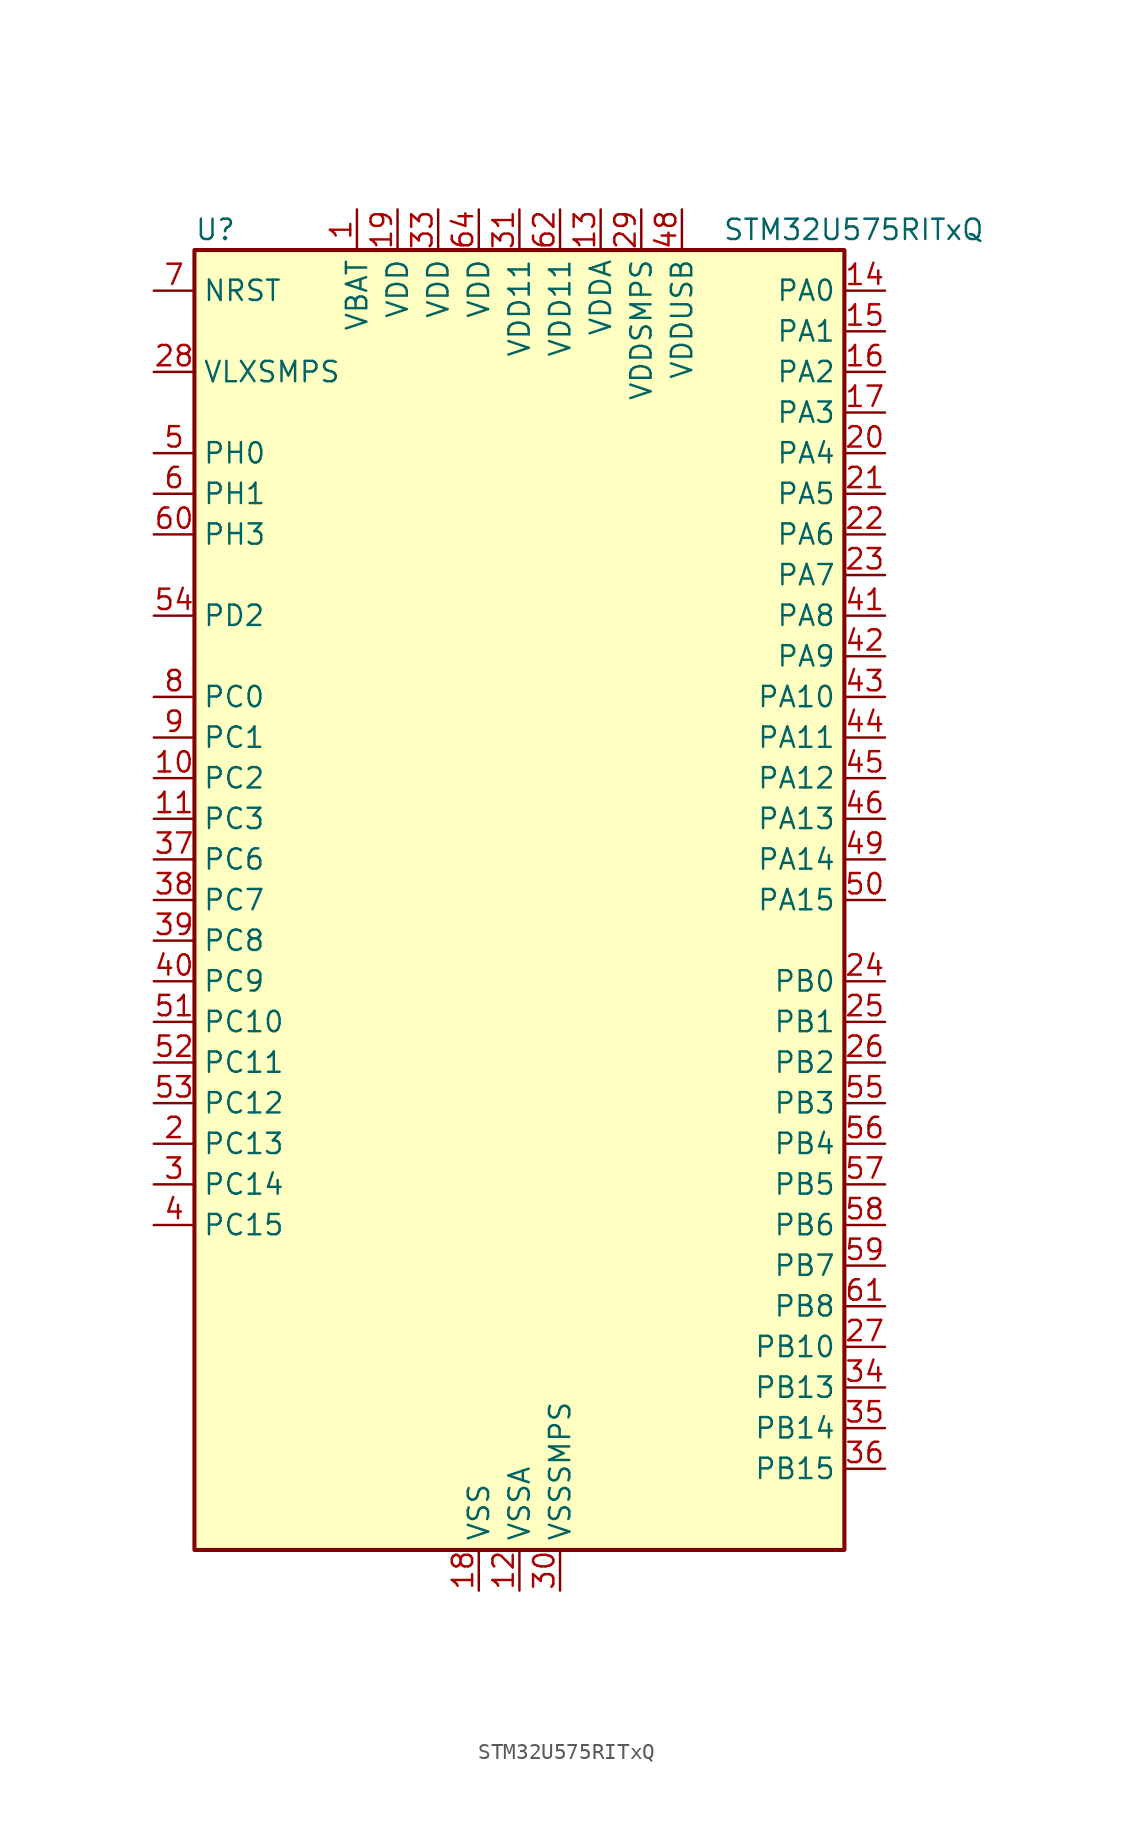
<source format=kicad_sym>
(kicad_symbol_lib
  (version 20220914)
  (generator kicad_symbol_editor)
  (symbol "STM32U575RITxQ"
    (property "Reference" "U"
      (at -20.32 41.91 0)
      (effects (font (size 1.27 1.27)) (justify left)))
    (property "Value" "STM32U575RITxQ"
      (at 12.7 41.91 0)
      (effects (font (size 1.27 1.27)) (justify left)))
    (property "ki_locked" ""
      (at 0 0 0)
      (effects (font (size 1.27 1.27))))
    (symbol "STM32U575RITxQ_0_1"
      (rectangle (start -20.32 -40.64) (end 20.32 40.64) (stroke (width 0.254) (type default)) (fill (type background))))
    (symbol "STM32U575RITxQ_1_1"
      (pin power_in line (at -10.16 43.18 270) (length 2.54) (name "VBAT" (effects (font (size 1.27 1.27)))) (number "1" (effects (font (size 1.27 1.27)))))
      (pin bidirectional line (at -22.86 7.62 0) (length 2.54) (name "PC2" (effects (font (size 1.27 1.27)))) (number "10" (effects (font (size 1.27 1.27)))) (alternate "ADC1_IN3" bidirectional line) (alternate "ADC4_IN3" bidirectional line) (alternate "LPTIM1_IN2" bidirectional line) (alternate "MDF1_CCK1" bidirectional line) (alternate "OCTOSPIM_P1_IO5" bidirectional line) (alternate "SPI2_MISO" bidirectional line))
      (pin bidirectional line (at -22.86 5.08 0) (length 2.54) (name "PC3" (effects (font (size 1.27 1.27)))) (number "11" (effects (font (size 1.27 1.27)))) (alternate "ADC1_IN4" bidirectional line) (alternate "ADC4_IN4" bidirectional line) (alternate "LPTIM1_ETR" bidirectional line) (alternate "LPTIM2_ETR" bidirectional line) (alternate "LPTIM3_CH1" bidirectional line) (alternate "OCTOSPIM_P1_IO6" bidirectional line) (alternate "SAI1_D1" bidirectional line) (alternate "SAI1_SD_A" bidirectional line) (alternate "SPI2_MOSI" bidirectional line))
      (pin power_in line (at 0 -43.18 90) (length 2.54) (name "VSSA" (effects (font (size 1.27 1.27)))) (number "12" (effects (font (size 1.27 1.27)))))
      (pin power_in line (at 5.08 43.18 270) (length 2.54) (name "VDDA" (effects (font (size 1.27 1.27)))) (number "13" (effects (font (size 1.27 1.27)))))
      (pin bidirectional line (at 22.86 38.1 180) (length 2.54) (name "PA0" (effects (font (size 1.27 1.27)))) (number "14" (effects (font (size 1.27 1.27)))) (alternate "ADC1_IN5" bidirectional line) (alternate "AUDIOCLK" bidirectional line) (alternate "OCTOSPIM_P2_NCS" bidirectional line) (alternate "OPAMP1_VINP" bidirectional line) (alternate "PWR_WKUP1" bidirectional line) (alternate "SDMMC2_CMD" bidirectional line) (alternate "SPI3_RDY" bidirectional line) (alternate "TAMP_IN2" bidirectional line) (alternate "TAMP_OUT1" bidirectional line) (alternate "TIM2_CH1" bidirectional line) (alternate "TIM2_ETR" bidirectional line) (alternate "TIM5_CH1" bidirectional line) (alternate "TIM8_ETR" bidirectional line) (alternate "UART4_TX" bidirectional line) (alternate "USART2_CTS" bidirectional line))
      (pin bidirectional line (at 22.86 35.56 180) (length 2.54) (name "PA1" (effects (font (size 1.27 1.27)))) (number "15" (effects (font (size 1.27 1.27)))) (alternate "ADC1_IN6" bidirectional line) (alternate "I2C1_SMBA" bidirectional line) (alternate "LPTIM1_CH2" bidirectional line) (alternate "OCTOSPIM_P1_DQS" bidirectional line) (alternate "OPAMP1_VINM" bidirectional line) (alternate "PWR_WKUP3" bidirectional line) (alternate "SPI1_SCK" bidirectional line) (alternate "TAMP_IN5" bidirectional line) (alternate "TAMP_OUT4" bidirectional line) (alternate "TIM15_CH1N" bidirectional line) (alternate "TIM2_CH2" bidirectional line) (alternate "TIM5_CH2" bidirectional line) (alternate "UART4_RX" bidirectional line) (alternate "USART2_DE" bidirectional line) (alternate "USART2_RTS" bidirectional line))
      (pin bidirectional line (at 22.86 33.02 180) (length 2.54) (name "PA2" (effects (font (size 1.27 1.27)))) (number "16" (effects (font (size 1.27 1.27)))) (alternate "ADC1_IN7" bidirectional line) (alternate "COMP1_INP" bidirectional line) (alternate "LPUART1_TX" bidirectional line) (alternate "OCTOSPIM_P1_NCS" bidirectional line) (alternate "PWR_WKUP4" bidirectional line) (alternate "RCC_LSCO" bidirectional line) (alternate "SPI1_RDY" bidirectional line) (alternate "TIM15_CH1" bidirectional line) (alternate "TIM2_CH3" bidirectional line) (alternate "TIM5_CH3" bidirectional line) (alternate "UCPD1_FRSTX1" bidirectional line) (alternate "USART2_TX" bidirectional line))
      (pin bidirectional line (at 22.86 30.48 180) (length 2.54) (name "PA3" (effects (font (size 1.27 1.27)))) (number "17" (effects (font (size 1.27 1.27)))) (alternate "ADC1_IN8" bidirectional line) (alternate "LPUART1_RX" bidirectional line) (alternate "OCTOSPIM_P1_CLK" bidirectional line) (alternate "OPAMP1_VOUT" bidirectional line) (alternate "PWR_WKUP5" bidirectional line) (alternate "SAI1_CK1" bidirectional line) (alternate "SAI1_MCLK_A" bidirectional line) (alternate "TIM15_CH2" bidirectional line) (alternate "TIM2_CH4" bidirectional line) (alternate "TIM5_CH4" bidirectional line) (alternate "USART2_RX" bidirectional line))
      (pin power_in line (at -2.54 -43.18 90) (length 2.54) (name "VSS" (effects (font (size 1.27 1.27)))) (number "18" (effects (font (size 1.27 1.27)))))
      (pin power_in line (at -7.62 43.18 270) (length 2.54) (name "VDD" (effects (font (size 1.27 1.27)))) (number "19" (effects (font (size 1.27 1.27)))))
      (pin bidirectional line (at -22.86 -15.24 0) (length 2.54) (name "PC13" (effects (font (size 1.27 1.27)))) (number "2" (effects (font (size 1.27 1.27)))) (alternate "PWR_WKUP2" bidirectional line) (alternate "RTC_OUT1" bidirectional line) (alternate "RTC_TS" bidirectional line) (alternate "TAMP_IN1" bidirectional line) (alternate "TAMP_OUT2" bidirectional line))
      (pin bidirectional line (at 22.86 27.94 180) (length 2.54) (name "PA4" (effects (font (size 1.27 1.27)))) (number "20" (effects (font (size 1.27 1.27)))) (alternate "ADC1_IN9" bidirectional line) (alternate "ADC4_IN9" bidirectional line) (alternate "DAC1_OUT1" bidirectional line) (alternate "LPTIM2_CH1" bidirectional line) (alternate "OCTOSPIM_P1_NCS" bidirectional line) (alternate "PWR_WKUP2" bidirectional line) (alternate "SAI1_FS_B" bidirectional line) (alternate "SPI1_NSS" bidirectional line) (alternate "SPI3_NSS" bidirectional line) (alternate "USART2_CK" bidirectional line))
      (pin bidirectional line (at 22.86 25.4 180) (length 2.54) (name "PA5" (effects (font (size 1.27 1.27)))) (number "21" (effects (font (size 1.27 1.27)))) (alternate "ADC1_IN10" bidirectional line) (alternate "ADC4_IN10" bidirectional line) (alternate "DAC1_OUT2" bidirectional line) (alternate "LPTIM2_ETR" bidirectional line) (alternate "PWR_CSLEEP" bidirectional line) (alternate "PWR_WKUP6" bidirectional line) (alternate "SPI1_SCK" bidirectional line) (alternate "TIM2_CH1" bidirectional line) (alternate "TIM2_ETR" bidirectional line) (alternate "TIM8_CH1N" bidirectional line) (alternate "USART3_RX" bidirectional line))
      (pin bidirectional line (at 22.86 22.86 180) (length 2.54) (name "PA6" (effects (font (size 1.27 1.27)))) (number "22" (effects (font (size 1.27 1.27)))) (alternate "ADC1_IN11" bidirectional line) (alternate "ADC4_IN11" bidirectional line) (alternate "LPUART1_CTS" bidirectional line) (alternate "OCTOSPIM_P1_IO3" bidirectional line) (alternate "OPAMP2_VINP" bidirectional line) (alternate "PWR_CDSTOP" bidirectional line) (alternate "PWR_WKUP7" bidirectional line) (alternate "SPI1_MISO" bidirectional line) (alternate "TIM16_CH1" bidirectional line) (alternate "TIM1_BKIN" bidirectional line) (alternate "TIM3_CH1" bidirectional line) (alternate "TIM8_BKIN" bidirectional line) (alternate "USART3_CTS" bidirectional line))
      (pin bidirectional line (at 22.86 20.32 180) (length 2.54) (name "PA7" (effects (font (size 1.27 1.27)))) (number "23" (effects (font (size 1.27 1.27)))) (alternate "ADC1_IN12" bidirectional line) (alternate "ADC4_IN20" bidirectional line) (alternate "I2C3_SCL" bidirectional line) (alternate "LPTIM2_CH2" bidirectional line) (alternate "OCTOSPIM_P1_IO2" bidirectional line) (alternate "OPAMP2_VINM" bidirectional line) (alternate "PWR_SRDSTOP" bidirectional line) (alternate "PWR_WKUP8" bidirectional line) (alternate "SPI1_MOSI" bidirectional line) (alternate "TIM17_CH1" bidirectional line) (alternate "TIM1_CH1N" bidirectional line) (alternate "TIM3_CH2" bidirectional line) (alternate "TIM8_CH1N" bidirectional line) (alternate "USART3_TX" bidirectional line))
      (pin bidirectional line (at 22.86 -5.08 180) (length 2.54) (name "PB0" (effects (font (size 1.27 1.27)))) (number "24" (effects (font (size 1.27 1.27)))) (alternate "ADC1_IN15" bidirectional line) (alternate "ADC4_IN18" bidirectional line) (alternate "AUDIOCLK" bidirectional line) (alternate "COMP1_OUT" bidirectional line) (alternate "LPTIM3_CH1" bidirectional line) (alternate "OCTOSPIM_P1_IO1" bidirectional line) (alternate "OPAMP2_VOUT" bidirectional line) (alternate "SPI1_NSS" bidirectional line) (alternate "TIM1_CH2N" bidirectional line) (alternate "TIM3_CH3" bidirectional line) (alternate "TIM8_CH2N" bidirectional line) (alternate "USART3_CK" bidirectional line))
      (pin bidirectional line (at 22.86 -7.62 180) (length 2.54) (name "PB1" (effects (font (size 1.27 1.27)))) (number "25" (effects (font (size 1.27 1.27)))) (alternate "ADC1_IN16" bidirectional line) (alternate "ADC4_IN19" bidirectional line) (alternate "COMP1_INM" bidirectional line) (alternate "LPTIM2_IN1" bidirectional line) (alternate "LPTIM3_CH2" bidirectional line) (alternate "LPUART1_DE" bidirectional line) (alternate "LPUART1_RTS" bidirectional line) (alternate "MDF1_SDI0" bidirectional line) (alternate "OCTOSPIM_P1_IO0" bidirectional line) (alternate "PWR_WKUP4" bidirectional line) (alternate "TIM1_CH3N" bidirectional line) (alternate "TIM3_CH4" bidirectional line) (alternate "TIM8_CH3N" bidirectional line) (alternate "USART3_DE" bidirectional line) (alternate "USART3_RTS" bidirectional line))
      (pin bidirectional line (at 22.86 -10.16 180) (length 2.54) (name "PB2" (effects (font (size 1.27 1.27)))) (number "26" (effects (font (size 1.27 1.27)))) (alternate "ADC1_IN17" bidirectional line) (alternate "COMP1_INP" bidirectional line) (alternate "I2C3_SMBA" bidirectional line) (alternate "LPTIM1_CH1" bidirectional line) (alternate "MDF1_CKI0" bidirectional line) (alternate "OCTOSPIM_P1_DQS" bidirectional line) (alternate "PWR_WKUP1" bidirectional line) (alternate "RTC_OUT2" bidirectional line) (alternate "SPI1_RDY" bidirectional line) (alternate "TIM8_CH4N" bidirectional line) (alternate "UCPD1_FRSTX1" bidirectional line))
      (pin bidirectional line (at 22.86 -27.94 180) (length 2.54) (name "PB10" (effects (font (size 1.27 1.27)))) (number "27" (effects (font (size 1.27 1.27)))) (alternate "COMP1_OUT" bidirectional line) (alternate "I2C2_SCL" bidirectional line) (alternate "I2C4_SCL" bidirectional line) (alternate "LPTIM3_CH1" bidirectional line) (alternate "LPUART1_RX" bidirectional line) (alternate "OCTOSPIM_P1_CLK" bidirectional line) (alternate "PWR_WKUP8" bidirectional line) (alternate "SAI1_SCK_A" bidirectional line) (alternate "SPI2_SCK" bidirectional line) (alternate "TIM2_CH3" bidirectional line) (alternate "TSC_SYNC" bidirectional line) (alternate "USART3_TX" bidirectional line))
      (pin power_in line (at -22.86 33.02 0) (length 2.54) (name "VLXSMPS" (effects (font (size 1.27 1.27)))) (number "28" (effects (font (size 1.27 1.27)))))
      (pin power_in line (at 7.62 43.18 270) (length 2.54) (name "VDDSMPS" (effects (font (size 1.27 1.27)))) (number "29" (effects (font (size 1.27 1.27)))))
      (pin bidirectional line (at -22.86 -17.78 0) (length 2.54) (name "PC14" (effects (font (size 1.27 1.27)))) (number "3" (effects (font (size 1.27 1.27)))) (alternate "RCC_OSC32_IN" bidirectional line))
      (pin power_in line (at 2.54 -43.18 90) (length 2.54) (name "VSSSMPS" (effects (font (size 1.27 1.27)))) (number "30" (effects (font (size 1.27 1.27)))))
      (pin power_in line (at 0 43.18 270) (length 2.54) (name "VDD11" (effects (font (size 1.27 1.27)))) (number "31" (effects (font (size 1.27 1.27)))))
      (pin passive line (at -2.54 -43.18 90) (length 2.54) hide (name "VSS" (effects (font (size 1.27 1.27)))) (number "32" (effects (font (size 1.27 1.27)))))
      (pin power_in line (at -5.08 43.18 270) (length 2.54) (name "VDD" (effects (font (size 1.27 1.27)))) (number "33" (effects (font (size 1.27 1.27)))))
      (pin bidirectional line (at 22.86 -30.48 180) (length 2.54) (name "PB13" (effects (font (size 1.27 1.27)))) (number "34" (effects (font (size 1.27 1.27)))) (alternate "I2C2_SCL" bidirectional line) (alternate "LPTIM3_IN1" bidirectional line) (alternate "LPUART1_CTS" bidirectional line) (alternate "MDF1_CKI1" bidirectional line) (alternate "SPI2_SCK" bidirectional line) (alternate "TIM15_CH1N" bidirectional line) (alternate "TIM1_CH1N" bidirectional line) (alternate "TSC_G1_IO2" bidirectional line) (alternate "USART3_CTS" bidirectional line))
      (pin bidirectional line (at 22.86 -33.02 180) (length 2.54) (name "PB14" (effects (font (size 1.27 1.27)))) (number "35" (effects (font (size 1.27 1.27)))) (alternate "I2C2_SDA" bidirectional line) (alternate "LPTIM3_ETR" bidirectional line) (alternate "MDF1_SDI2" bidirectional line) (alternate "SDMMC2_D0" bidirectional line) (alternate "SPI2_MISO" bidirectional line) (alternate "TIM15_CH1" bidirectional line) (alternate "TIM1_CH2N" bidirectional line) (alternate "TIM8_CH2N" bidirectional line) (alternate "TSC_G1_IO3" bidirectional line) (alternate "UCPD1_DBCC2" bidirectional line) (alternate "USART3_DE" bidirectional line) (alternate "USART3_RTS" bidirectional line))
      (pin bidirectional line (at 22.86 -35.56 180) (length 2.54) (name "PB15" (effects (font (size 1.27 1.27)))) (number "36" (effects (font (size 1.27 1.27)))) (alternate "ADC1_EXTI15" bidirectional line) (alternate "ADC4_EXTI15" bidirectional line) (alternate "LPTIM2_IN2" bidirectional line) (alternate "MDF1_CKI2" bidirectional line) (alternate "PWR_WKUP7" bidirectional line) (alternate "RTC_REFIN" bidirectional line) (alternate "SDMMC2_D1" bidirectional line) (alternate "SPI2_MOSI" bidirectional line) (alternate "TIM15_CH2" bidirectional line) (alternate "TIM1_CH3N" bidirectional line) (alternate "TIM8_CH3N" bidirectional line) (alternate "UCPD1_CC2" bidirectional line))
      (pin bidirectional line (at -22.86 2.54 0) (length 2.54) (name "PC6" (effects (font (size 1.27 1.27)))) (number "37" (effects (font (size 1.27 1.27)))) (alternate "MDF1_CKI3" bidirectional line) (alternate "PWR_CSLEEP" bidirectional line) (alternate "SDMMC1_D0DIR" bidirectional line) (alternate "SDMMC1_D6" bidirectional line) (alternate "SDMMC2_D6" bidirectional line) (alternate "TIM3_CH1" bidirectional line) (alternate "TIM8_CH1" bidirectional line) (alternate "TSC_G4_IO1" bidirectional line))
      (pin bidirectional line (at -22.86 0 0) (length 2.54) (name "PC7" (effects (font (size 1.27 1.27)))) (number "38" (effects (font (size 1.27 1.27)))) (alternate "LPTIM2_CH2" bidirectional line) (alternate "MDF1_SDI3" bidirectional line) (alternate "PWR_CDSTOP" bidirectional line) (alternate "SDMMC1_D123DIR" bidirectional line) (alternate "SDMMC1_D7" bidirectional line) (alternate "SDMMC2_D7" bidirectional line) (alternate "TIM3_CH2" bidirectional line) (alternate "TIM8_CH2" bidirectional line) (alternate "TSC_G4_IO2" bidirectional line))
      (pin bidirectional line (at -22.86 -2.54 0) (length 2.54) (name "PC8" (effects (font (size 1.27 1.27)))) (number "39" (effects (font (size 1.27 1.27)))) (alternate "LPTIM3_CH1" bidirectional line) (alternate "PWR_SRDSTOP" bidirectional line) (alternate "SDMMC1_D0" bidirectional line) (alternate "TIM3_CH3" bidirectional line) (alternate "TIM8_CH3" bidirectional line) (alternate "TSC_G4_IO3" bidirectional line))
      (pin bidirectional line (at -22.86 -20.32 0) (length 2.54) (name "PC15" (effects (font (size 1.27 1.27)))) (number "4" (effects (font (size 1.27 1.27)))) (alternate "ADC1_EXTI15" bidirectional line) (alternate "ADC4_EXTI15" bidirectional line) (alternate "RCC_OSC32_OUT" bidirectional line))
      (pin bidirectional line (at -22.86 -5.08 0) (length 2.54) (name "PC9" (effects (font (size 1.27 1.27)))) (number "40" (effects (font (size 1.27 1.27)))) (alternate "DAC1_EXTI9" bidirectional line) (alternate "DEBUG_TRACED0" bidirectional line) (alternate "LPTIM3_CH2" bidirectional line) (alternate "SDMMC1_D1" bidirectional line) (alternate "TIM3_CH4" bidirectional line) (alternate "TIM8_BKIN2" bidirectional line) (alternate "TIM8_CH4" bidirectional line) (alternate "TSC_G4_IO4" bidirectional line) (alternate "USB_OTG_FS_NOE" bidirectional line))
      (pin bidirectional line (at 22.86 17.78 180) (length 2.54) (name "PA8" (effects (font (size 1.27 1.27)))) (number "41" (effects (font (size 1.27 1.27)))) (alternate "DEBUG_TRACECLK" bidirectional line) (alternate "LPTIM2_CH1" bidirectional line) (alternate "RCC_MCO" bidirectional line) (alternate "SAI1_CK2" bidirectional line) (alternate "SAI1_SCK_A" bidirectional line) (alternate "SPI1_RDY" bidirectional line) (alternate "TIM1_CH1" bidirectional line) (alternate "USART1_CK" bidirectional line) (alternate "USB_OTG_FS_SOF" bidirectional line))
      (pin bidirectional line (at 22.86 15.24 180) (length 2.54) (name "PA9" (effects (font (size 1.27 1.27)))) (number "42" (effects (font (size 1.27 1.27)))) (alternate "DAC1_EXTI9" bidirectional line) (alternate "SAI1_FS_A" bidirectional line) (alternate "SPI2_SCK" bidirectional line) (alternate "TIM15_BKIN" bidirectional line) (alternate "TIM1_CH2" bidirectional line) (alternate "USART1_TX" bidirectional line) (alternate "USB_OTG_FS_VBUS" bidirectional line))
      (pin bidirectional line (at 22.86 12.7 180) (length 2.54) (name "PA10" (effects (font (size 1.27 1.27)))) (number "43" (effects (font (size 1.27 1.27)))) (alternate "CRS_SYNC" bidirectional line) (alternate "LPTIM2_IN2" bidirectional line) (alternate "SAI1_D1" bidirectional line) (alternate "SAI1_SD_A" bidirectional line) (alternate "TIM17_BKIN" bidirectional line) (alternate "TIM1_CH3" bidirectional line) (alternate "USART1_RX" bidirectional line) (alternate "USB_OTG_FS_ID" bidirectional line))
      (pin bidirectional line (at 22.86 10.16 180) (length 2.54) (name "PA11" (effects (font (size 1.27 1.27)))) (number "44" (effects (font (size 1.27 1.27)))) (alternate "ADC1_EXTI11" bidirectional line) (alternate "FDCAN1_RX" bidirectional line) (alternate "SPI1_MISO" bidirectional line) (alternate "TIM1_BKIN2" bidirectional line) (alternate "TIM1_CH4" bidirectional line) (alternate "USART1_CTS" bidirectional line) (alternate "USB_OTG_FS_DM" bidirectional line))
      (pin bidirectional line (at 22.86 7.62 180) (length 2.54) (name "PA12" (effects (font (size 1.27 1.27)))) (number "45" (effects (font (size 1.27 1.27)))) (alternate "FDCAN1_TX" bidirectional line) (alternate "OCTOSPIM_P2_NCS" bidirectional line) (alternate "SPI1_MOSI" bidirectional line) (alternate "TIM1_ETR" bidirectional line) (alternate "USART1_DE" bidirectional line) (alternate "USART1_RTS" bidirectional line) (alternate "USB_OTG_FS_DP" bidirectional line))
      (pin bidirectional line (at 22.86 5.08 180) (length 2.54) (name "PA13" (effects (font (size 1.27 1.27)))) (number "46" (effects (font (size 1.27 1.27)))) (alternate "DEBUG_JTMS-SWDIO" bidirectional line) (alternate "IR_OUT" bidirectional line) (alternate "SAI1_SD_B" bidirectional line) (alternate "USB_OTG_FS_NOE" bidirectional line))
      (pin passive line (at -2.54 -43.18 90) (length 2.54) hide (name "VSS" (effects (font (size 1.27 1.27)))) (number "47" (effects (font (size 1.27 1.27)))))
      (pin power_in line (at 10.16 43.18 270) (length 2.54) (name "VDDUSB" (effects (font (size 1.27 1.27)))) (number "48" (effects (font (size 1.27 1.27)))))
      (pin bidirectional line (at 22.86 2.54 180) (length 2.54) (name "PA14" (effects (font (size 1.27 1.27)))) (number "49" (effects (font (size 1.27 1.27)))) (alternate "DEBUG_JTCK-SWCLK" bidirectional line) (alternate "I2C1_SMBA" bidirectional line) (alternate "I2C4_SMBA" bidirectional line) (alternate "LPTIM1_CH1" bidirectional line) (alternate "SAI1_FS_B" bidirectional line) (alternate "USB_OTG_FS_SOF" bidirectional line))
      (pin bidirectional line (at -22.86 27.94 0) (length 2.54) (name "PH0" (effects (font (size 1.27 1.27)))) (number "5" (effects (font (size 1.27 1.27)))) (alternate "RCC_OSC_IN" bidirectional line))
      (pin bidirectional line (at 22.86 0 180) (length 2.54) (name "PA15" (effects (font (size 1.27 1.27)))) (number "50" (effects (font (size 1.27 1.27)))) (alternate "ADC1_EXTI15" bidirectional line) (alternate "ADC4_EXTI15" bidirectional line) (alternate "DEBUG_JTDI" bidirectional line) (alternate "SPI1_NSS" bidirectional line) (alternate "SPI3_NSS" bidirectional line) (alternate "TIM2_CH1" bidirectional line) (alternate "TIM2_ETR" bidirectional line) (alternate "UART4_DE" bidirectional line) (alternate "UART4_RTS" bidirectional line) (alternate "UCPD1_CC1" bidirectional line) (alternate "USART2_RX" bidirectional line) (alternate "USART3_DE" bidirectional line) (alternate "USART3_RTS" bidirectional line))
      (pin bidirectional line (at -22.86 -7.62 0) (length 2.54) (name "PC10" (effects (font (size 1.27 1.27)))) (number "51" (effects (font (size 1.27 1.27)))) (alternate "ADF1_CCK1" bidirectional line) (alternate "DEBUG_TRACED1" bidirectional line) (alternate "LPTIM3_ETR" bidirectional line) (alternate "SDMMC1_D2" bidirectional line) (alternate "SPI3_SCK" bidirectional line) (alternate "TSC_G3_IO2" bidirectional line) (alternate "UART4_TX" bidirectional line) (alternate "USART3_TX" bidirectional line))
      (pin bidirectional line (at -22.86 -10.16 0) (length 2.54) (name "PC11" (effects (font (size 1.27 1.27)))) (number "52" (effects (font (size 1.27 1.27)))) (alternate "ADC1_EXTI11" bidirectional line) (alternate "ADF1_SDI0" bidirectional line) (alternate "LPTIM3_IN1" bidirectional line) (alternate "OCTOSPIM_P1_NCS" bidirectional line) (alternate "SDMMC1_D3" bidirectional line) (alternate "SPI3_MISO" bidirectional line) (alternate "TSC_G3_IO3" bidirectional line) (alternate "UART4_RX" bidirectional line) (alternate "UCPD1_FRSTX2" bidirectional line) (alternate "USART3_RX" bidirectional line))
      (pin bidirectional line (at -22.86 -12.7 0) (length 2.54) (name "PC12" (effects (font (size 1.27 1.27)))) (number "53" (effects (font (size 1.27 1.27)))) (alternate "DEBUG_TRACED3" bidirectional line) (alternate "SDMMC1_CK" bidirectional line) (alternate "SPI3_MOSI" bidirectional line) (alternate "TSC_G3_IO4" bidirectional line) (alternate "UART5_TX" bidirectional line) (alternate "USART3_CK" bidirectional line))
      (pin bidirectional line (at -22.86 17.78 0) (length 2.54) (name "PD2" (effects (font (size 1.27 1.27)))) (number "54" (effects (font (size 1.27 1.27)))) (alternate "DEBUG_TRACED2" bidirectional line) (alternate "LPTIM4_ETR" bidirectional line) (alternate "SDMMC1_CMD" bidirectional line) (alternate "TIM3_ETR" bidirectional line) (alternate "TSC_SYNC" bidirectional line) (alternate "UART5_RX" bidirectional line) (alternate "USART3_DE" bidirectional line) (alternate "USART3_RTS" bidirectional line))
      (pin bidirectional line (at 22.86 -12.7 180) (length 2.54) (name "PB3" (effects (font (size 1.27 1.27)))) (number "55" (effects (font (size 1.27 1.27)))) (alternate "ADF1_CCK0" bidirectional line) (alternate "COMP2_INM" bidirectional line) (alternate "CRS_SYNC" bidirectional line) (alternate "DEBUG_JTDO-SWO" bidirectional line) (alternate "I2C1_SDA" bidirectional line) (alternate "LPTIM1_CH1" bidirectional line) (alternate "SAI1_SCK_B" bidirectional line) (alternate "SDMMC2_D2" bidirectional line) (alternate "SPI1_SCK" bidirectional line) (alternate "SPI3_SCK" bidirectional line) (alternate "TIM2_CH2" bidirectional line) (alternate "USART1_DE" bidirectional line) (alternate "USART1_RTS" bidirectional line))
      (pin bidirectional line (at 22.86 -15.24 180) (length 2.54) (name "PB4" (effects (font (size 1.27 1.27)))) (number "56" (effects (font (size 1.27 1.27)))) (alternate "ADF1_SDI0" bidirectional line) (alternate "COMP2_INP" bidirectional line) (alternate "DEBUG_JTRST" bidirectional line) (alternate "I2C3_SDA" bidirectional line) (alternate "LPTIM1_CH2" bidirectional line) (alternate "SAI1_MCLK_B" bidirectional line) (alternate "SDMMC2_D3" bidirectional line) (alternate "SPI1_MISO" bidirectional line) (alternate "SPI3_MISO" bidirectional line) (alternate "TIM17_BKIN" bidirectional line) (alternate "TIM3_CH1" bidirectional line) (alternate "TSC_G2_IO1" bidirectional line) (alternate "UART5_DE" bidirectional line) (alternate "UART5_RTS" bidirectional line) (alternate "USART1_CTS" bidirectional line))
      (pin bidirectional line (at 22.86 -17.78 180) (length 2.54) (name "PB5" (effects (font (size 1.27 1.27)))) (number "57" (effects (font (size 1.27 1.27)))) (alternate "COMP2_OUT" bidirectional line) (alternate "I2C1_SMBA" bidirectional line) (alternate "LPTIM1_IN1" bidirectional line) (alternate "OCTOSPIM_P1_NCLK" bidirectional line) (alternate "PWR_WKUP6" bidirectional line) (alternate "SAI1_SD_B" bidirectional line) (alternate "SPI1_MOSI" bidirectional line) (alternate "SPI3_MOSI" bidirectional line) (alternate "TIM16_BKIN" bidirectional line) (alternate "TIM3_CH2" bidirectional line) (alternate "TSC_G2_IO2" bidirectional line) (alternate "UART5_CTS" bidirectional line) (alternate "UCPD1_DBCC1" bidirectional line) (alternate "USART1_CK" bidirectional line))
      (pin bidirectional line (at 22.86 -20.32 180) (length 2.54) (name "PB6" (effects (font (size 1.27 1.27)))) (number "58" (effects (font (size 1.27 1.27)))) (alternate "COMP2_INP" bidirectional line) (alternate "I2C1_SCL" bidirectional line) (alternate "I2C4_SCL" bidirectional line) (alternate "LPTIM1_ETR" bidirectional line) (alternate "MDF1_SDI5" bidirectional line) (alternate "PWR_WKUP3" bidirectional line) (alternate "SAI1_FS_B" bidirectional line) (alternate "TIM16_CH1N" bidirectional line) (alternate "TIM4_CH1" bidirectional line) (alternate "TIM8_BKIN2" bidirectional line) (alternate "TSC_G2_IO3" bidirectional line) (alternate "USART1_TX" bidirectional line))
      (pin bidirectional line (at 22.86 -22.86 180) (length 2.54) (name "PB7" (effects (font (size 1.27 1.27)))) (number "59" (effects (font (size 1.27 1.27)))) (alternate "COMP2_INM" bidirectional line) (alternate "I2C1_SDA" bidirectional line) (alternate "I2C4_SDA" bidirectional line) (alternate "LPTIM1_IN2" bidirectional line) (alternate "MDF1_CKI5" bidirectional line) (alternate "PWR_PVD_IN" bidirectional line) (alternate "PWR_WKUP4" bidirectional line) (alternate "TIM17_CH1N" bidirectional line) (alternate "TIM4_CH2" bidirectional line) (alternate "TIM8_BKIN" bidirectional line) (alternate "TSC_G2_IO4" bidirectional line) (alternate "UART4_CTS" bidirectional line) (alternate "USART1_RX" bidirectional line))
      (pin bidirectional line (at -22.86 25.4 0) (length 2.54) (name "PH1" (effects (font (size 1.27 1.27)))) (number "6" (effects (font (size 1.27 1.27)))) (alternate "RCC_OSC_OUT" bidirectional line))
      (pin bidirectional line (at -22.86 22.86 0) (length 2.54) (name "PH3" (effects (font (size 1.27 1.27)))) (number "60" (effects (font (size 1.27 1.27)))))
      (pin bidirectional line (at 22.86 -25.4 180) (length 2.54) (name "PB8" (effects (font (size 1.27 1.27)))) (number "61" (effects (font (size 1.27 1.27)))) (alternate "FDCAN1_RX" bidirectional line) (alternate "I2C1_SCL" bidirectional line) (alternate "MDF1_CCK0" bidirectional line) (alternate "PWR_WKUP5" bidirectional line) (alternate "SAI1_CK1" bidirectional line) (alternate "SAI1_MCLK_A" bidirectional line) (alternate "SDMMC1_CKIN" bidirectional line) (alternate "SDMMC1_D4" bidirectional line) (alternate "SDMMC2_D4" bidirectional line) (alternate "SPI3_RDY" bidirectional line) (alternate "TIM16_CH1" bidirectional line) (alternate "TIM4_CH3" bidirectional line))
      (pin power_in line (at 2.54 43.18 270) (length 2.54) (name "VDD11" (effects (font (size 1.27 1.27)))) (number "62" (effects (font (size 1.27 1.27)))))
      (pin passive line (at -2.54 -43.18 90) (length 2.54) hide (name "VSS" (effects (font (size 1.27 1.27)))) (number "63" (effects (font (size 1.27 1.27)))))
      (pin power_in line (at -2.54 43.18 270) (length 2.54) (name "VDD" (effects (font (size 1.27 1.27)))) (number "64" (effects (font (size 1.27 1.27)))))
      (pin input line (at -22.86 38.1 0) (length 2.54) (name "NRST" (effects (font (size 1.27 1.27)))) (number "7" (effects (font (size 1.27 1.27)))))
      (pin bidirectional line (at -22.86 12.7 0) (length 2.54) (name "PC0" (effects (font (size 1.27 1.27)))) (number "8" (effects (font (size 1.27 1.27)))) (alternate "ADC1_IN1" bidirectional line) (alternate "ADC4_IN1" bidirectional line) (alternate "I2C3_SCL" bidirectional line) (alternate "LPTIM1_IN1" bidirectional line) (alternate "LPTIM2_IN1" bidirectional line) (alternate "LPUART1_RX" bidirectional line) (alternate "MDF1_SDI4" bidirectional line) (alternate "OCTOSPIM_P1_IO7" bidirectional line) (alternate "SDMMC1_D5" bidirectional line) (alternate "SPI2_RDY" bidirectional line))
      (pin bidirectional line (at -22.86 10.16 0) (length 2.54) (name "PC1" (effects (font (size 1.27 1.27)))) (number "9" (effects (font (size 1.27 1.27)))) (alternate "ADC1_IN2" bidirectional line) (alternate "ADC4_IN2" bidirectional line) (alternate "DEBUG_TRACED0" bidirectional line) (alternate "I2C3_SDA" bidirectional line) (alternate "LPTIM1_CH1" bidirectional line) (alternate "LPUART1_TX" bidirectional line) (alternate "MDF1_CKI4" bidirectional line) (alternate "OCTOSPIM_P1_IO4" bidirectional line) (alternate "SAI1_SD_A" bidirectional line) (alternate "SDMMC2_CK" bidirectional line) (alternate "SPI2_MOSI" bidirectional line)))))
</source>
